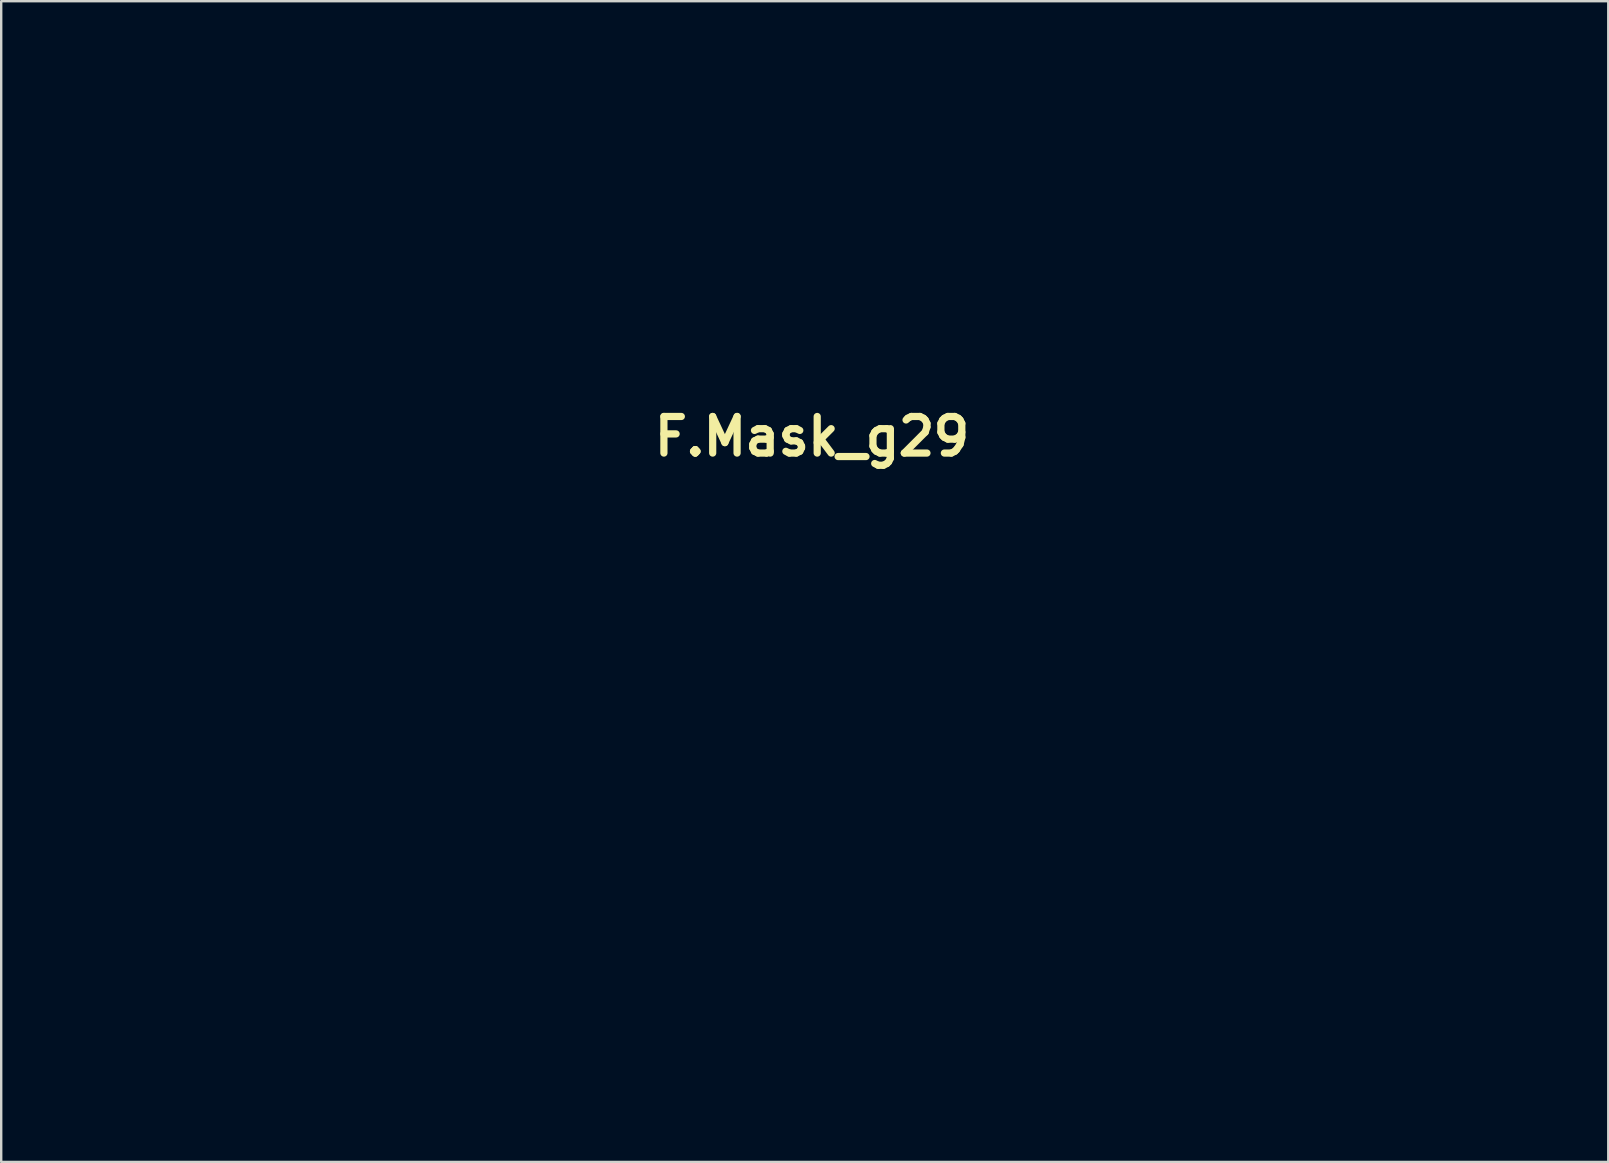
<source format=kicad_pcb>
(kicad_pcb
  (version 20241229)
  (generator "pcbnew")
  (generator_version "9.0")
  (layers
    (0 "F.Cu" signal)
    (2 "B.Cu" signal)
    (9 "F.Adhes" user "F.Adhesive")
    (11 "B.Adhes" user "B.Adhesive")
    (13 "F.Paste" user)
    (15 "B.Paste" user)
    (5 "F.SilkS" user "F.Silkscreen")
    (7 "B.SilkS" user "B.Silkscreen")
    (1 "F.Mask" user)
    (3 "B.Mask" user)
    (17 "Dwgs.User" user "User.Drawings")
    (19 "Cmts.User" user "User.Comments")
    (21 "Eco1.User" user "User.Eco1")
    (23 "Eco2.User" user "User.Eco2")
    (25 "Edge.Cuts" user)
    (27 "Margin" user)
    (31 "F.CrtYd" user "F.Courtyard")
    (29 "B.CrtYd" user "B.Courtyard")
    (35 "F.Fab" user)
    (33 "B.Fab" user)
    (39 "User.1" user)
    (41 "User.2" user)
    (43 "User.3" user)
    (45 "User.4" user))
  (footprint "F.Mask_g29"
    (layer "F.Cu")
    (at 30.777 15.135)
    (property "Reference" "F.Mask_g29" (at 0 0 0) (layer "F.SilkS") (effects (font (size 1.524 1.524) (thickness 0.3))))
    (attr through_hole)
    (fp_poly (pts (xy -4.466 -3.619) (xy -8.551 -3.619) (xy -8.551 -1.82) (xy -4.466 -1.82) (xy -4.466 -1.355) (xy -8.551 -1.355) (xy -8.551 -1.143) (xy -9.229 -1.143) (xy -9.229 -4.085) (xy -4.466 -4.085) (xy -4.466 -3.619)) (stroke (width 0.01) (type solid)) (fill yes) (layer "F.Mask"))
    (fp_poly (pts (xy -17.843 -4.276) (xy -19.791 -4.276) (xy -20.131 -4.276) (xy -20.431 -4.276) (xy -20.694 -4.277) (xy -20.92 -4.277) (xy -21.114 -4.278) (xy -21.277 -4.28) (xy -21.412 -4.282) (xy -21.52 -4.284) (xy -21.604 -4.287) (xy -21.667 -4.29) (xy -21.711 -4.293) (xy -21.737 -4.298) (xy -21.749 -4.302) (xy -21.75 -4.304) (xy -21.754 -4.336) (xy -21.756 -4.4) (xy -21.756 -4.484) (xy -21.755 -4.531) (xy -21.749 -4.731) (xy -17.843 -4.742) (xy -17.843 -4.276)) (stroke (width 0.01) (type solid)) (fill yes) (layer "F.Mask"))
    (fp_poly (pts (xy -9.456 -5.274) (xy -9.378 -5.231) (xy -9.317 -5.196) (xy -9.28 -5.172) (xy -9.272 -5.165) (xy -9.289 -5.149) (xy -9.333 -5.115) (xy -9.398 -5.068) (xy -9.456 -5.027) (xy -9.538 -4.967) (xy -9.642 -4.888) (xy -9.755 -4.799) (xy -9.867 -4.708) (xy -9.907 -4.675) (xy -10.176 -4.449) (xy -10.353 -4.544) (xy -10.431 -4.586) (xy -10.493 -4.621) (xy -10.532 -4.643) (xy -10.54 -4.649) (xy -10.53 -4.667) (xy -10.491 -4.706) (xy -10.429 -4.762) (xy -10.349 -4.831) (xy -10.256 -4.909) (xy -10.155 -4.992) (xy -10.051 -5.074) (xy -9.95 -5.153) (xy -9.857 -5.222) (xy -9.777 -5.28) (xy -9.768 -5.286) (xy -9.641 -5.372) (xy -9.456 -5.274)) (stroke (width 0.01) (type solid)) (fill yes) (layer "F.Mask"))
    (fp_poly (pts (xy -8.656 -5.084) (xy -8.463 -4.98) (xy -8.534 -4.93) (xy -8.58 -4.894) (xy -8.65 -4.839) (xy -8.737 -4.768) (xy -8.834 -4.687) (xy -8.935 -4.602) (xy -9.034 -4.518) (xy -9.123 -4.441) (xy -9.198 -4.377) (xy -9.25 -4.329) (xy -9.269 -4.31) (xy -9.313 -4.273) (xy -9.351 -4.256) (xy -9.354 -4.256) (xy -9.388 -4.267) (xy -9.446 -4.293) (xy -9.519 -4.331) (xy -9.536 -4.34) (xy -9.608 -4.38) (xy -9.666 -4.412) (xy -9.701 -4.429) (xy -9.705 -4.431) (xy -9.708 -4.45) (xy -9.686 -4.485) (xy -9.684 -4.487) (xy -9.634 -4.539) (xy -9.558 -4.61) (xy -9.465 -4.694) (xy -9.36 -4.785) (xy -9.251 -4.876) (xy -9.147 -4.962) (xy -9.053 -5.034) (xy -9.047 -5.039) (xy -8.849 -5.188) (xy -8.656 -5.084)) (stroke (width 0.01) (type solid)) (fill yes) (layer "F.Mask"))
    (fp_poly (pts (xy -16.785 -3.027) (xy -19.734 -3.027) (xy -19.721 -2.746) (xy -19.693 -2.459) (xy -19.634 -2.198) (xy -19.543 -1.959) (xy -19.416 -1.737) (xy -19.253 -1.527) (xy -19.163 -1.431) (xy -19.058 -1.333) (xy -18.932 -1.228) (xy -18.799 -1.128) (xy -18.672 -1.042) (xy -18.605 -1.001) (xy -18.548 -0.967) (xy -18.51 -0.941) (xy -18.5 -0.931) (xy -18.518 -0.917) (xy -18.566 -0.889) (xy -18.636 -0.85) (xy -18.72 -0.806) (xy -18.81 -0.759) (xy -18.899 -0.715) (xy -18.977 -0.677) (xy -19.037 -0.649) (xy -19.071 -0.636) (xy -19.075 -0.636) (xy -19.103 -0.648) (xy -19.157 -0.679) (xy -19.227 -0.725) (xy -19.272 -0.756) (xy -19.46 -0.902) (xy -19.642 -1.07) (xy -19.813 -1.252) (xy -19.966 -1.44) (xy -20.094 -1.627) (xy -20.192 -1.806) (xy -20.202 -1.828) (xy -20.299 -2.097) (xy -20.366 -2.386) (xy -20.4 -2.686) (xy -20.405 -2.831) (xy -20.405 -3.027) (xy -22.818 -3.027) (xy -22.818 -3.471) (xy -16.785 -3.471) (xy -16.785 -3.027)) (stroke (width 0.01) (type solid)) (fill yes) (layer "F.Mask"))
    (fp_poly (pts (xy -2.402 -5.029) (xy -2.22 -5) (xy -2.061 -4.946) (xy -1.928 -4.87) (xy -1.823 -4.774) (xy -1.751 -4.66) (xy -1.714 -4.53) (xy -1.71 -4.466) (xy -1.73 -4.328) (xy -1.788 -4.205) (xy -1.883 -4.099) (xy -2.014 -4.011) (xy -2.177 -3.943) (xy -2.237 -3.926) (xy -2.352 -3.906) (xy -2.491 -3.898) (xy -2.633 -3.901) (xy -2.762 -3.915) (xy -2.805 -3.924) (xy -2.978 -3.981) (xy -3.12 -4.06) (xy -3.229 -4.159) (xy -3.303 -4.275) (xy -3.34 -4.405) (xy -3.344 -4.466) (xy -3.344 -4.468) (xy -3.048 -4.468) (xy -3.031 -4.356) (xy -2.978 -4.263) (xy -2.889 -4.188) (xy -2.778 -4.135) (xy -2.703 -4.119) (xy -2.603 -4.111) (xy -2.491 -4.112) (xy -2.38 -4.12) (xy -2.285 -4.136) (xy -2.223 -4.158) (xy -2.114 -4.231) (xy -2.04 -4.319) (xy -2.002 -4.416) (xy -2.001 -4.515) (xy -2.038 -4.613) (xy -2.114 -4.702) (xy -2.117 -4.705) (xy -2.208 -4.767) (xy -2.312 -4.807) (xy -2.439 -4.827) (xy -2.547 -4.83) (xy -2.699 -4.816) (xy -2.829 -4.775) (xy -2.932 -4.712) (xy -3.005 -4.627) (xy -3.043 -4.526) (xy -3.048 -4.468) (xy -3.344 -4.468) (xy -3.325 -4.603) (xy -3.267 -4.725) (xy -3.176 -4.83) (xy -3.053 -4.916) (xy -2.902 -4.98) (xy -2.725 -5.02) (xy -2.603 -5.032) (xy -2.402 -5.029)) (stroke (width 0.01) (type solid)) (fill yes) (layer "F.Mask"))
    (fp_poly (pts (xy 15.767 4.293) (xy 15.942 4.655) (xy 16.114 5.047) (xy 16.28 5.459) (xy 16.434 5.878) (xy 16.573 6.294) (xy 16.691 6.695) (xy 16.698 6.72) (xy 16.832 7.266) (xy 16.932 7.791) (xy 16.997 8.295) (xy 17.028 8.779) (xy 17.025 9.24) (xy 16.988 9.68) (xy 16.917 10.096) (xy 16.812 10.49) (xy 16.673 10.859) (xy 16.5 11.204) (xy 16.374 11.407) (xy 16.154 11.7) (xy 15.899 11.971) (xy 15.615 12.219) (xy 15.303 12.44) (xy 14.967 12.632) (xy 14.612 12.794) (xy 14.241 12.924) (xy 13.856 13.018) (xy 13.801 13.028) (xy 13.669 13.046) (xy 13.505 13.06) (xy 13.322 13.069) (xy 13.13 13.073) (xy 12.941 13.072) (xy 12.764 13.066) (xy 12.612 13.055) (xy 12.552 13.048) (xy 12.112 12.967) (xy 11.671 12.848) (xy 11.227 12.691) (xy 10.78 12.496) (xy 10.329 12.261) (xy 9.872 11.986) (xy 9.41 11.672) (xy 8.941 11.317) (xy 8.464 10.921) (xy 8.412 10.876) (xy 8.297 10.773) (xy 8.171 10.656) (xy 8.036 10.527) (xy 7.896 10.391) (xy 7.754 10.249) (xy 7.613 10.106) (xy 7.477 9.965) (xy 7.348 9.829) (xy 7.229 9.702) (xy 7.124 9.587) (xy 7.036 9.486) (xy 6.969 9.404) (xy 6.924 9.344) (xy 6.907 9.309) (xy 6.907 9.305) (xy 6.925 9.292) (xy 6.979 9.26) (xy 7.066 9.207) (xy 7.185 9.136) (xy 7.334 9.048) (xy 7.512 8.943) (xy 7.716 8.822) (xy 7.947 8.686) (xy 8.201 8.537) (xy 8.477 8.374) (xy 8.775 8.199) (xy 9.091 8.014) (xy 9.425 7.818) (xy 9.775 7.613) (xy 10.139 7.399) (xy 10.517 7.179) (xy 10.905 6.951) (xy 11.303 6.719) (xy 11.304 6.718) (xy 15.695 4.152) (xy 15.767 4.293)) (stroke (width 0.01) (type solid)) (fill yes) (layer "F.Mask"))
    (fp_poly (pts (xy 22.382 -10.7) (xy 22.786 -10.001) (xy 23.19 -9.303) (xy 20.559 -9.292) (xy 17.929 -9.282) (xy 18.49 -8.308) (xy 18.598 -8.121) (xy 18.701 -7.944) (xy 18.795 -7.78) (xy 18.88 -7.634) (xy 18.953 -7.509) (xy 19.012 -7.408) (xy 19.055 -7.335) (xy 19.079 -7.293) (xy 19.084 -7.286) (xy 19.115 -7.238) (xy 22.348 -7.244) (xy 25.582 -7.25) (xy 25.996 -6.53) (xy 26.411 -5.81) (xy 25.165 -5.805) (xy 24.939 -5.804) (xy 24.727 -5.802) (xy 24.532 -5.8) (xy 24.357 -5.798) (xy 24.206 -5.796) (xy 24.083 -5.794) (xy 23.992 -5.792) (xy 23.936 -5.79) (xy 23.918 -5.788) (xy 23.929 -5.768) (xy 23.959 -5.715) (xy 24.008 -5.628) (xy 24.075 -5.512) (xy 24.158 -5.367) (xy 24.256 -5.196) (xy 24.367 -5.001) (xy 24.492 -4.785) (xy 24.628 -4.548) (xy 24.774 -4.295) (xy 24.929 -4.025) (xy 25.092 -3.743) (xy 25.261 -3.449) (xy 25.35 -3.296) (xy 25.522 -2.997) (xy 25.689 -2.708) (xy 25.848 -2.432) (xy 26 -2.169) (xy 26.142 -1.924) (xy 26.273 -1.697) (xy 26.392 -1.49) (xy 26.498 -1.306) (xy 26.589 -1.148) (xy 26.665 -1.016) (xy 26.724 -0.913) (xy 26.766 -0.842) (xy 26.787 -0.805) (xy 26.79 -0.799) (xy 26.772 -0.796) (xy 26.715 -0.793) (xy 26.624 -0.79) (xy 26.503 -0.788) (xy 26.357 -0.786) (xy 26.189 -0.784) (xy 26.003 -0.783) (xy 25.828 -0.783) (xy 24.856 -0.783) (xy 23.408 -3.291) (xy 21.96 -5.799) (xy 20.005 -5.805) (xy 18.05 -5.81) (xy 16.919 -7.768) (xy 16.759 -8.045) (xy 16.6 -8.32) (xy 16.445 -8.589) (xy 16.294 -8.85) (xy 16.15 -9.099) (xy 16.015 -9.333) (xy 15.891 -9.549) (xy 15.779 -9.743) (xy 15.681 -9.912) (xy 15.599 -10.054) (xy 15.536 -10.164) (xy 15.504 -10.218) (xy 15.221 -10.71) (xy 22.382 -10.7)) (stroke (width 0.01) (type solid)) (fill yes) (layer "F.Mask"))
    (fp_poly (pts (xy -23.891 -10.611) (xy -23.528 -10.609) (xy -23.175 -10.608) (xy -22.836 -10.606) (xy -22.513 -10.605) (xy -22.207 -10.603) (xy -21.922 -10.601) (xy -21.66 -10.599) (xy -21.423 -10.597) (xy -21.214 -10.595) (xy -21.035 -10.593) (xy -20.888 -10.592) (xy -20.776 -10.59) (xy -20.701 -10.588) (xy -20.666 -10.586) (xy -20.664 -10.586) (xy -20.653 -10.583) (xy -20.64 -10.576) (xy -20.625 -10.564) (xy -20.607 -10.543) (xy -20.584 -10.514) (xy -20.555 -10.472) (xy -20.519 -10.416) (xy -20.474 -10.345) (xy -20.42 -10.255) (xy -20.354 -10.146) (xy -20.277 -10.014) (xy -20.186 -9.859) (xy -20.08 -9.677) (xy -19.958 -9.466) (xy -19.818 -9.226) (xy -19.66 -8.953) (xy -19.483 -8.645) (xy -19.471 -8.625) (xy -19.312 -8.35) (xy -19.155 -8.077) (xy -19 -7.809) (xy -18.851 -7.55) (xy -18.708 -7.304) (xy -18.575 -7.072) (xy -18.452 -6.86) (xy -18.342 -6.669) (xy -18.246 -6.503) (xy -18.166 -6.365) (xy -18.105 -6.258) (xy -18.075 -6.207) (xy -17.803 -5.736) (xy -24.338 -5.736) (xy -24.689 -6.345) (xy -25.041 -6.953) (xy -22.567 -6.964) (xy -20.093 -6.974) (xy -20.328 -7.382) (xy -20.563 -7.789) (xy -22.994 -7.794) (xy -25.425 -7.8) (xy -26.208 -9.155) (xy -26.336 -9.376) (xy -26.458 -9.587) (xy -26.52 -9.694) (xy -25.044 -9.694) (xy -25.004 -9.626) (xy -24.982 -9.587) (xy -24.942 -9.519) (xy -24.889 -9.426) (xy -24.825 -9.316) (xy -24.755 -9.194) (xy -24.722 -9.136) (xy -24.479 -8.715) (xy -23.918 -8.729) (xy -23.778 -8.732) (xy -23.603 -8.735) (xy -23.401 -8.739) (xy -23.178 -8.742) (xy -22.943 -8.746) (xy -22.703 -8.75) (xy -22.465 -8.753) (xy -22.304 -8.755) (xy -22.098 -8.758) (xy -21.905 -8.762) (xy -21.729 -8.765) (xy -21.574 -8.769) (xy -21.446 -8.773) (xy -21.346 -8.777) (xy -21.28 -8.781) (xy -21.252 -8.785) (xy -21.251 -8.785) (xy -21.261 -8.807) (xy -21.29 -8.861) (xy -21.334 -8.941) (xy -21.39 -9.041) (xy -21.457 -9.158) (xy -21.508 -9.248) (xy -21.765 -9.694) (xy -25.044 -9.694) (xy -26.52 -9.694) (xy -26.572 -9.785) (xy -26.678 -9.968) (xy -26.772 -10.132) (xy -26.854 -10.274) (xy -26.922 -10.392) (xy -26.973 -10.482) (xy -27.007 -10.541) (xy -27.02 -10.566) (xy -27.05 -10.622) (xy -23.891 -10.611)) (stroke (width 0.01) (type solid)) (fill yes) (layer "F.Mask"))
    (fp_poly (pts (xy -0.023 -4.166) (xy 0.098 -4.145) (xy 0.144 -4.131) (xy 0.173 -4.115) (xy 0.233 -4.078) (xy 0.321 -4.022) (xy 0.433 -3.949) (xy 0.565 -3.863) (xy 0.713 -3.765) (xy 0.875 -3.658) (xy 1.045 -3.545) (xy 1.221 -3.428) (xy 1.398 -3.31) (xy 1.574 -3.192) (xy 1.744 -3.078) (xy 1.904 -2.97) (xy 2.052 -2.87) (xy 2.182 -2.781) (xy 2.292 -2.705) (xy 2.378 -2.645) (xy 2.435 -2.604) (xy 2.46 -2.585) (xy 2.449 -2.569) (xy 2.411 -2.532) (xy 2.352 -2.48) (xy 2.279 -2.418) (xy 2.199 -2.351) (xy 2.117 -2.285) (xy 2.041 -2.225) (xy 1.976 -2.176) (xy 1.929 -2.143) (xy 1.908 -2.133) (xy 1.907 -2.133) (xy 1.883 -2.149) (xy 1.829 -2.189) (xy 1.751 -2.248) (xy 1.651 -2.324) (xy 1.534 -2.415) (xy 1.404 -2.515) (xy 1.265 -2.624) (xy 1.121 -2.737) (xy 0.977 -2.851) (xy 0.835 -2.963) (xy 0.7 -3.07) (xy 0.699 -3.071) (xy 0.533 -3.204) (xy 0.395 -3.311) (xy 0.283 -3.397) (xy 0.192 -3.462) (xy 0.119 -3.51) (xy 0.06 -3.543) (xy 0.011 -3.564) (xy -0.031 -3.574) (xy -0.068 -3.577) (xy -0.087 -3.577) (xy -0.105 -3.576) (xy -0.125 -3.573) (xy -0.147 -3.567) (xy -0.175 -3.556) (xy -0.21 -3.541) (xy -0.254 -3.518) (xy -0.308 -3.488) (xy -0.376 -3.448) (xy -0.458 -3.399) (xy -0.557 -3.338) (xy -0.675 -3.264) (xy -0.813 -3.177) (xy -0.974 -3.075) (xy -1.159 -2.957) (xy -1.37 -2.821) (xy -1.61 -2.667) (xy -1.881 -2.494) (xy -2.183 -2.299) (xy -2.439 -2.134) (xy -2.613 -2.023) (xy -2.776 -1.919) (xy -2.924 -1.824) (xy -3.054 -1.741) (xy -3.163 -1.671) (xy -3.247 -1.618) (xy -3.303 -1.583) (xy -3.328 -1.568) (xy -3.328 -1.568) (xy -3.347 -1.58) (xy -3.395 -1.61) (xy -3.467 -1.656) (xy -3.557 -1.714) (xy -3.634 -1.764) (xy -3.734 -1.829) (xy -3.822 -1.886) (xy -3.891 -1.932) (xy -3.935 -1.962) (xy -3.948 -1.972) (xy -3.935 -1.987) (xy -3.892 -2.019) (xy -3.823 -2.065) (xy -3.735 -2.12) (xy -3.669 -2.161) (xy -3.388 -2.329) (xy -3.081 -2.515) (xy -2.756 -2.711) (xy -2.422 -2.914) (xy -2.09 -3.116) (xy -1.768 -3.313) (xy -1.464 -3.498) (xy -1.238 -3.637) (xy -1.074 -3.738) (xy -0.918 -3.832) (xy -0.774 -3.918) (xy -0.646 -3.994) (xy -0.539 -4.055) (xy -0.458 -4.101) (xy -0.407 -4.127) (xy -0.397 -4.131) (xy -0.288 -4.159) (xy -0.158 -4.17) (xy -0.023 -4.166)) (stroke (width 0.01) (type solid)) (fill yes) (layer "F.Mask"))
    (fp_poly (pts (xy -14.35 4.442) (xy -14.295 4.459) (xy -14.214 4.489) (xy -14.114 4.53) (xy -14.021 4.569) (xy -13.943 4.603) (xy -13.866 4.636) (xy -13.787 4.671) (xy -13.701 4.708) (xy -13.606 4.749) (xy -13.497 4.797) (xy -13.372 4.852) (xy -13.225 4.915) (xy -13.054 4.99) (xy -12.856 5.076) (xy -12.625 5.177) (xy -12.361 5.292) (xy -12.281 5.327) (xy -12.166 5.377) (xy -12.017 5.442) (xy -11.839 5.519) (xy -11.635 5.608) (xy -11.408 5.707) (xy -11.16 5.815) (xy -10.895 5.93) (xy -10.617 6.051) (xy -10.327 6.177) (xy -10.03 6.307) (xy -9.728 6.438) (xy -9.425 6.57) (xy -9.123 6.701) (xy -8.826 6.831) (xy -8.537 6.956) (xy -8.259 7.078) (xy -7.995 7.193) (xy -7.748 7.3) (xy -7.521 7.399) (xy -7.317 7.487) (xy -7.14 7.564) (xy -6.993 7.628) (xy -6.878 7.678) (xy -6.869 7.682) (xy -6.751 7.734) (xy -6.601 7.799) (xy -6.428 7.874) (xy -6.239 7.956) (xy -6.04 8.042) (xy -5.84 8.129) (xy -5.647 8.214) (xy -5.646 8.214) (xy -5.474 8.289) (xy -5.315 8.36) (xy -5.172 8.424) (xy -5.05 8.481) (xy -4.954 8.527) (xy -4.886 8.561) (xy -4.851 8.581) (xy -4.847 8.584) (xy -4.859 8.61) (xy -4.892 8.665) (xy -4.943 8.743) (xy -5.008 8.84) (xy -5.083 8.949) (xy -5.165 9.065) (xy -5.25 9.184) (xy -5.334 9.3) (xy -5.407 9.398) (xy -5.807 9.907) (xy -6.214 10.382) (xy -6.627 10.823) (xy -7.046 11.23) (xy -7.469 11.6) (xy -7.894 11.934) (xy -8.321 12.23) (xy -8.749 12.487) (xy -9.177 12.706) (xy -9.603 12.884) (xy -10.026 13.021) (xy -10.128 13.047) (xy -10.374 13.1) (xy -10.639 13.14) (xy -10.91 13.167) (xy -11.174 13.179) (xy -11.42 13.176) (xy -11.557 13.165) (xy -11.974 13.101) (xy -12.381 12.994) (xy -12.779 12.847) (xy -13.028 12.732) (xy -13.289 12.591) (xy -13.52 12.445) (xy -13.733 12.284) (xy -13.911 12.128) (xy -14.176 11.855) (xy -14.409 11.552) (xy -14.613 11.22) (xy -14.786 10.861) (xy -14.928 10.475) (xy -15.04 10.061) (xy -15.121 9.621) (xy -15.171 9.156) (xy -15.191 8.666) (xy -15.179 8.151) (xy -15.136 7.612) (xy -15.062 7.05) (xy -14.956 6.465) (xy -14.899 6.198) (xy -14.865 6.05) (xy -14.824 5.887) (xy -14.778 5.712) (xy -14.728 5.53) (xy -14.676 5.347) (xy -14.624 5.168) (xy -14.572 4.997) (xy -14.523 4.84) (xy -14.478 4.702) (xy -14.438 4.587) (xy -14.405 4.501) (xy -14.381 4.45) (xy -14.374 4.439) (xy -14.35 4.442)) (stroke (width 0.01) (type solid)) (fill yes) (layer "F.Mask"))
    (fp_poly (pts (xy 9.363 -10.695) (xy 9.656 -10.695) (xy 9.986 -10.694) (xy 10.291 -10.693) (xy 10.623 -10.692) (xy 10.958 -10.691) (xy 11.293 -10.689) (xy 11.624 -10.688) (xy 11.945 -10.686) (xy 12.253 -10.684) (xy 12.542 -10.682) (xy 12.81 -10.68) (xy 13.051 -10.677) (xy 13.26 -10.675) (xy 13.434 -10.673) (xy 13.511 -10.672) (xy 14.438 -10.657) (xy 15.826 -8.255) (xy 15.996 -7.961) (xy 16.16 -7.677) (xy 16.317 -7.405) (xy 16.465 -7.147) (xy 16.604 -6.906) (xy 16.733 -6.683) (xy 16.849 -6.481) (xy 16.952 -6.302) (xy 17.04 -6.148) (xy 17.112 -6.022) (xy 17.168 -5.925) (xy 17.205 -5.86) (xy 17.223 -5.829) (xy 17.224 -5.826) (xy 17.218 -5.822) (xy 17.195 -5.819) (xy 17.155 -5.816) (xy 17.096 -5.813) (xy 17.015 -5.811) (xy 16.911 -5.809) (xy 16.782 -5.807) (xy 16.628 -5.805) (xy 16.445 -5.804) (xy 16.233 -5.803) (xy 15.989 -5.802) (xy 15.712 -5.801) (xy 15.401 -5.801) (xy 15.054 -5.8) (xy 14.668 -5.8) (xy 14.243 -5.8) (xy 13.973 -5.8) (xy 10.711 -5.8) (xy 10.682 -5.847) (xy 10.647 -5.905) (xy 10.598 -5.987) (xy 10.538 -6.09) (xy 10.471 -6.206) (xy 10.399 -6.332) (xy 10.325 -6.462) (xy 10.252 -6.59) (xy 10.184 -6.711) (xy 10.123 -6.82) (xy 10.073 -6.911) (xy 10.036 -6.979) (xy 10.015 -7.019) (xy 10.012 -7.026) (xy 10.03 -7.03) (xy 10.086 -7.034) (xy 10.18 -7.037) (xy 10.312 -7.04) (xy 10.483 -7.043) (xy 10.693 -7.045) (xy 10.943 -7.047) (xy 11.234 -7.049) (xy 11.565 -7.051) (xy 11.937 -7.052) (xy 12.351 -7.053) (xy 12.476 -7.054) (xy 14.941 -7.059) (xy 14.715 -7.455) (xy 14.489 -7.851) (xy 12.055 -7.857) (xy 9.621 -7.863) (xy 8.82 -9.25) (xy 8.691 -9.473) (xy 8.568 -9.685) (xy 8.514 -9.779) (xy 9.99 -9.779) (xy 10.048 -9.678) (xy 10.077 -9.628) (xy 10.122 -9.55) (xy 10.18 -9.449) (xy 10.247 -9.334) (xy 10.317 -9.211) (xy 10.329 -9.19) (xy 10.552 -8.803) (xy 11.695 -8.818) (xy 11.93 -8.821) (xy 12.169 -8.824) (xy 12.404 -8.828) (xy 12.629 -8.831) (xy 12.838 -8.835) (xy 13.025 -8.839) (xy 13.183 -8.842) (xy 13.306 -8.845) (xy 13.319 -8.845) (xy 13.8 -8.858) (xy 13.538 -9.313) (xy 13.275 -9.768) (xy 11.632 -9.774) (xy 9.99 -9.779) (xy 8.514 -9.779) (xy 8.454 -9.884) (xy 8.348 -10.068) (xy 8.254 -10.232) (xy 8.173 -10.374) (xy 8.106 -10.492) (xy 8.055 -10.582) (xy 8.022 -10.641) (xy 8.008 -10.667) (xy 8.008 -10.668) (xy 8.01 -10.673) (xy 8.021 -10.677) (xy 8.043 -10.681) (xy 8.078 -10.685) (xy 8.128 -10.688) (xy 8.197 -10.69) (xy 8.285 -10.692) (xy 8.396 -10.693) (xy 8.531 -10.695) (xy 8.693 -10.695) (xy 8.884 -10.696) (xy 9.107 -10.696) (xy 9.363 -10.695)) (stroke (width 0.01) (type solid)) (fill yes) (layer "F.Mask"))
    (fp_poly (pts (xy -6.247 20.47) (xy -6.21 20.517) (xy -6.154 20.589) (xy -6.086 20.679) (xy -6.007 20.785) (xy -5.967 20.839) (xy -5.781 21.089) (xy -5.589 21.344) (xy -5.395 21.6) (xy -5.203 21.851) (xy -5.015 22.094) (xy -4.836 22.324) (xy -4.668 22.535) (xy -4.516 22.725) (xy -4.382 22.888) (xy -4.299 22.987) (xy -4.146 23.167) (xy -4.227 23.238) (xy -4.34 23.332) (xy -4.469 23.43) (xy -4.606 23.528) (xy -4.742 23.619) (xy -4.87 23.698) (xy -4.983 23.761) (xy -5.072 23.803) (xy -5.083 23.807) (xy -5.138 23.83) (xy -5.17 23.85) (xy -5.174 23.858) (xy -5.177 23.881) (xy -5.191 23.94) (xy -5.214 24.027) (xy -5.245 24.139) (xy -5.282 24.268) (xy -5.315 24.383) (xy -5.356 24.523) (xy -5.391 24.65) (xy -5.42 24.757) (xy -5.441 24.839) (xy -5.452 24.891) (xy -5.453 24.907) (xy -5.427 24.915) (xy -5.369 24.922) (xy -5.291 24.928) (xy -5.263 24.93) (xy -5.115 24.929) (xy -4.963 24.908) (xy -4.805 24.866) (xy -4.637 24.803) (xy -4.458 24.715) (xy -4.263 24.603) (xy -4.051 24.464) (xy -3.819 24.297) (xy -3.563 24.101) (xy -3.36 23.938) (xy -3.337 23.916) (xy -3.334 23.894) (xy -3.356 23.861) (xy -3.38 23.833) (xy -3.44 23.761) (xy -3.365 23.805) (xy -3.168 23.919) (xy -2.934 24.044) (xy -2.67 24.179) (xy -2.381 24.321) (xy -2.07 24.468) (xy -1.742 24.617) (xy -1.403 24.767) (xy -1.057 24.915) (xy -0.709 25.06) (xy -0.455 25.162) (xy -0.35 25.204) (xy -0.26 25.241) (xy -0.19 25.271) (xy -0.149 25.29) (xy -0.142 25.294) (xy -0.15 25.312) (xy -0.192 25.348) (xy -0.262 25.4) (xy -0.358 25.464) (xy -0.474 25.539) (xy -0.607 25.623) (xy -0.753 25.711) (xy -0.908 25.803) (xy -1.067 25.896) (xy -1.227 25.986) (xy -1.384 26.072) (xy -1.533 26.152) (xy -1.545 26.158) (xy -2.082 26.421) (xy -2.607 26.648) (xy -3.119 26.838) (xy -3.617 26.99) (xy -4.1 27.105) (xy -4.566 27.182) (xy -4.717 27.199) (xy -4.884 27.211) (xy -5.073 27.217) (xy -5.269 27.217) (xy -5.459 27.211) (xy -5.631 27.2) (xy -5.736 27.188) (xy -6.118 27.116) (xy -6.476 27.009) (xy -6.812 26.866) (xy -7.125 26.688) (xy -7.415 26.473) (xy -7.618 26.289) (xy -7.848 26.036) (xy -8.037 25.771) (xy -8.187 25.493) (xy -8.298 25.199) (xy -8.372 24.888) (xy -8.374 24.871) (xy -8.392 24.709) (xy -8.399 24.521) (xy -8.395 24.319) (xy -8.381 24.118) (xy -8.357 23.932) (xy -8.341 23.848) (xy -8.241 23.463) (xy -8.099 23.069) (xy -7.917 22.668) (xy -7.694 22.259) (xy -7.432 21.845) (xy -7.139 21.436) (xy -7.054 21.326) (xy -6.958 21.207) (xy -6.856 21.084) (xy -6.751 20.961) (xy -6.648 20.842) (xy -6.549 20.731) (xy -6.46 20.633) (xy -6.382 20.552) (xy -6.321 20.493) (xy -6.28 20.458) (xy -6.264 20.452) (xy -6.247 20.47)) (stroke (width 0.01) (type solid)) (fill yes) (layer "F.Mask"))
    (fp_poly (pts (xy -12.531 -10.51) (xy -12.314 -10.51) (xy -12.075 -10.509) (xy -11.815 -10.509) (xy -11.54 -10.507) (xy -11.25 -10.506) (xy -10.949 -10.505) (xy -10.641 -10.503) (xy -10.327 -10.501) (xy -10.01 -10.499) (xy -9.694 -10.497) (xy -9.381 -10.495) (xy -9.074 -10.492) (xy -8.777 -10.49) (xy -8.49 -10.488) (xy -8.219 -10.485) (xy -7.965 -10.483) (xy -7.731 -10.48) (xy -7.521 -10.478) (xy -7.336 -10.476) (xy -7.18 -10.473) (xy -7.056 -10.471) (xy -6.966 -10.469) (xy -6.914 -10.467) (xy -6.901 -10.466) (xy -6.887 -10.444) (xy -6.853 -10.388) (xy -6.803 -10.304) (xy -6.739 -10.194) (xy -6.661 -10.062) (xy -6.574 -9.912) (xy -6.478 -9.747) (xy -6.376 -9.57) (xy -6.269 -9.386) (xy -6.161 -9.198) (xy -6.053 -9.01) (xy -5.946 -8.825) (xy -5.844 -8.647) (xy -5.748 -8.479) (xy -5.66 -8.325) (xy -5.583 -8.19) (xy -5.518 -8.075) (xy -5.468 -7.985) (xy -5.434 -7.924) (xy -5.419 -7.895) (xy -5.419 -7.893) (xy -5.44 -7.891) (xy -5.501 -7.888) (xy -5.6 -7.885) (xy -5.736 -7.882) (xy -5.907 -7.88) (xy -6.11 -7.878) (xy -6.344 -7.876) (xy -6.606 -7.874) (xy -6.894 -7.872) (xy -7.208 -7.871) (xy -7.544 -7.869) (xy -7.766 -7.869) (xy -10.113 -7.863) (xy -9.843 -7.398) (xy -9.572 -6.932) (xy -7.321 -6.926) (xy -5.069 -6.921) (xy -4.752 -6.37) (xy -4.672 -6.231) (xy -4.599 -6.103) (xy -4.535 -5.992) (xy -4.484 -5.902) (xy -4.448 -5.837) (xy -4.429 -5.803) (xy -4.427 -5.799) (xy -4.447 -5.796) (xy -4.509 -5.793) (xy -4.611 -5.791) (xy -4.752 -5.788) (xy -4.932 -5.786) (xy -5.15 -5.784) (xy -5.404 -5.783) (xy -5.694 -5.782) (xy -6.019 -5.78) (xy -6.378 -5.78) (xy -6.77 -5.779) (xy -7.194 -5.779) (xy -7.544 -5.779) (xy -10.667 -5.779) (xy -10.698 -5.826) (xy -10.715 -5.856) (xy -10.752 -5.918) (xy -10.805 -6.009) (xy -10.873 -6.126) (xy -10.954 -6.266) (xy -11.045 -6.424) (xy -11.146 -6.598) (xy -11.253 -6.784) (xy -11.366 -6.979) (xy -11.481 -7.179) (xy -11.598 -7.381) (xy -11.713 -7.582) (xy -11.826 -7.778) (xy -11.934 -7.967) (xy -12.036 -8.143) (xy -12.129 -8.305) (xy -12.211 -8.448) (xy -12.28 -8.57) (xy -12.336 -8.667) (xy -12.374 -8.735) (xy -12.394 -8.771) (xy -12.397 -8.776) (xy -12.393 -8.781) (xy -12.378 -8.785) (xy -12.348 -8.788) (xy -12.302 -8.792) (xy -12.237 -8.794) (xy -12.152 -8.797) (xy -12.044 -8.799) (xy -11.912 -8.801) (xy -11.753 -8.803) (xy -11.566 -8.805) (xy -11.347 -8.806) (xy -11.096 -8.807) (xy -10.81 -8.808) (xy -10.486 -8.809) (xy -10.124 -8.81) (xy -9.911 -8.811) (xy -7.414 -8.816) (xy -7.629 -9.186) (xy -7.843 -9.557) (xy -10.259 -9.562) (xy -12.675 -9.568) (xy -12.944 -10.034) (xy -13.017 -10.161) (xy -13.081 -10.275) (xy -13.135 -10.371) (xy -13.175 -10.445) (xy -13.2 -10.492) (xy -13.205 -10.506) (xy -13.182 -10.508) (xy -13.119 -10.509) (xy -13.02 -10.51) (xy -12.887 -10.51) (xy -12.723 -10.511) (xy -12.531 -10.51)) (stroke (width 0.01) (type solid)) (fill yes) (layer "F.Mask"))
    (fp_poly (pts (xy -14.653 -4.595) (xy -14.575 -4.584) (xy -14.552 -4.58) (xy -14.493 -4.573) (xy -14.393 -4.566) (xy -14.252 -4.557) (xy -14.07 -4.548) (xy -13.847 -4.539) (xy -13.583 -4.529) (xy -13.277 -4.518) (xy -12.929 -4.506) (xy -12.681 -4.499) (xy -12.417 -4.49) (xy -12.165 -4.482) (xy -11.928 -4.475) (xy -11.71 -4.467) (xy -11.514 -4.46) (xy -11.344 -4.454) (xy -11.201 -4.449) (xy -11.09 -4.444) (xy -11.014 -4.441) (xy -10.975 -4.438) (xy -10.971 -4.437) (xy -10.971 -4.414) (xy -10.978 -4.361) (xy -10.99 -4.286) (xy -11.005 -4.201) (xy -11.021 -4.116) (xy -11.037 -4.041) (xy -11.049 -3.987) (xy -11.058 -3.964) (xy -11.08 -3.963) (xy -11.141 -3.964) (xy -11.238 -3.967) (xy -11.367 -3.972) (xy -11.525 -3.978) (xy -11.71 -3.985) (xy -11.916 -3.993) (xy -12.142 -4.003) (xy -12.384 -4.013) (xy -12.639 -4.024) (xy -12.656 -4.025) (xy -12.911 -4.036) (xy -13.154 -4.047) (xy -13.38 -4.056) (xy -13.587 -4.064) (xy -13.772 -4.071) (xy -13.931 -4.076) (xy -14.061 -4.08) (xy -14.159 -4.083) (xy -14.222 -4.083) (xy -14.245 -4.082) (xy -14.245 -4.082) (xy -14.232 -4.055) (xy -14.197 -4.003) (xy -14.145 -3.932) (xy -14.081 -3.85) (xy -14.011 -3.762) (xy -13.939 -3.677) (xy -13.872 -3.599) (xy -13.847 -3.572) (xy -13.615 -3.336) (xy -13.361 -3.105) (xy -13.083 -2.879) (xy -12.779 -2.655) (xy -12.446 -2.431) (xy -12.081 -2.206) (xy -11.681 -1.978) (xy -11.245 -1.745) (xy -10.873 -1.556) (xy -10.263 -1.254) (xy -10.537 -1.082) (xy -10.632 -1.023) (xy -10.714 -0.972) (xy -10.776 -0.934) (xy -10.812 -0.913) (xy -10.819 -0.91) (xy -10.839 -0.919) (xy -10.892 -0.945) (xy -10.972 -0.985) (xy -11.075 -1.036) (xy -11.195 -1.096) (xy -11.303 -1.15) (xy -11.868 -1.447) (xy -12.392 -1.75) (xy -12.879 -2.061) (xy -13.197 -2.283) (xy -13.43 -2.451) (xy -13.589 -2.365) (xy -13.785 -2.256) (xy -14.007 -2.126) (xy -14.248 -1.979) (xy -14.501 -1.822) (xy -14.757 -1.658) (xy -15.01 -1.492) (xy -15.252 -1.329) (xy -15.475 -1.174) (xy -15.554 -1.118) (xy -15.814 -0.93) (xy -16.109 -1.104) (xy -16.207 -1.164) (xy -16.289 -1.216) (xy -16.35 -1.258) (xy -16.384 -1.284) (xy -16.388 -1.293) (xy -16.366 -1.308) (xy -16.316 -1.344) (xy -16.242 -1.395) (xy -16.151 -1.458) (xy -16.066 -1.517) (xy -15.652 -1.795) (xy -15.231 -2.066) (xy -14.812 -2.324) (xy -14.407 -2.562) (xy -14.166 -2.698) (xy -13.906 -2.841) (xy -14.227 -3.162) (xy -14.347 -3.284) (xy -14.479 -3.422) (xy -14.612 -3.564) (xy -14.735 -3.698) (xy -14.819 -3.792) (xy -14.918 -3.903) (xy -14.994 -3.985) (xy -15.052 -4.044) (xy -15.096 -4.082) (xy -15.131 -4.104) (xy -15.162 -4.115) (xy -15.164 -4.115) (xy -15.233 -4.138) (xy -15.27 -4.171) (xy -15.269 -4.21) (xy -15.261 -4.223) (xy -15.237 -4.244) (xy -15.186 -4.283) (xy -15.116 -4.336) (xy -15.034 -4.395) (xy -14.949 -4.456) (xy -14.869 -4.513) (xy -14.8 -4.56) (xy -14.752 -4.592) (xy -14.743 -4.598) (xy -14.713 -4.6) (xy -14.653 -4.595)) (stroke (width 0.01) (type solid)) (fill yes) (layer "F.Mask"))
    (fp_poly (pts (xy -17.41 -13.84) (xy -17.246 -13.839) (xy -17.068 -13.838) (xy -17.034 -13.838) (xy -16.224 -13.832) (xy -15.769 -13.044) (xy -15.314 -12.255) (xy -14.207 -12.255) (xy -13.891 -11.71) (xy -13.576 -11.165) (xy -14.122 -11.16) (xy -14.269 -11.158) (xy -14.401 -11.156) (xy -14.513 -11.153) (xy -14.598 -11.151) (xy -14.652 -11.148) (xy -14.668 -11.146) (xy -14.658 -11.127) (xy -14.628 -11.073) (xy -14.578 -10.987) (xy -14.512 -10.87) (xy -14.428 -10.725) (xy -14.33 -10.553) (xy -14.217 -10.357) (xy -14.091 -10.139) (xy -13.953 -9.9) (xy -13.805 -9.643) (xy -13.647 -9.369) (xy -13.481 -9.081) (xy -13.308 -8.782) (xy -13.129 -8.471) (xy -13.121 -8.457) (xy -12.942 -8.146) (xy -12.769 -7.846) (xy -12.603 -7.557) (xy -12.445 -7.283) (xy -12.298 -7.024) (xy -12.16 -6.784) (xy -12.035 -6.564) (xy -11.923 -6.367) (xy -11.825 -6.193) (xy -11.742 -6.046) (xy -11.676 -5.927) (xy -11.627 -5.839) (xy -11.598 -5.783) (xy -11.588 -5.762) (xy -11.588 -5.762) (xy -11.611 -5.76) (xy -11.673 -5.758) (xy -11.773 -5.756) (xy -11.907 -5.754) (xy -12.074 -5.752) (xy -12.271 -5.75) (xy -12.495 -5.748) (xy -12.744 -5.746) (xy -13.015 -5.745) (xy -13.306 -5.743) (xy -13.614 -5.742) (xy -13.937 -5.74) (xy -14.272 -5.739) (xy -14.351 -5.739) (xy -17.099 -5.732) (xy -17.13 -5.781) (xy -17.152 -5.818) (xy -17.19 -5.883) (xy -17.24 -5.969) (xy -17.3 -6.071) (xy -17.364 -6.184) (xy -17.432 -6.3) (xy -17.498 -6.416) (xy -17.559 -6.524) (xy -17.613 -6.618) (xy -17.656 -6.694) (xy -17.685 -6.745) (xy -17.695 -6.766) (xy -17.695 -6.766) (xy -17.675 -6.767) (xy -17.615 -6.768) (xy -17.518 -6.769) (xy -17.388 -6.77) (xy -17.228 -6.771) (xy -17.039 -6.771) (xy -16.827 -6.772) (xy -16.592 -6.773) (xy -16.339 -6.773) (xy -16.07 -6.773) (xy -15.788 -6.773) (xy -15.737 -6.773) (xy -15.454 -6.773) (xy -15.182 -6.774) (xy -14.926 -6.774) (xy -14.688 -6.775) (xy -14.471 -6.775) (xy -14.278 -6.776) (xy -14.113 -6.777) (xy -13.977 -6.778) (xy -13.875 -6.779) (xy -13.808 -6.78) (xy -13.78 -6.782) (xy -13.78 -6.782) (xy -13.79 -6.801) (xy -13.82 -6.854) (xy -13.869 -6.94) (xy -13.935 -7.055) (xy -14.017 -7.198) (xy -14.114 -7.367) (xy -14.224 -7.558) (xy -14.346 -7.77) (xy -14.479 -8.001) (xy -14.622 -8.248) (xy -14.772 -8.509) (xy -14.93 -8.782) (xy -15.036 -8.967) (xy -16.293 -11.144) (xy -21.879 -11.15) (xy -27.464 -11.155) (xy -27.772 -11.689) (xy -28.08 -12.224) (xy -26.523 -12.23) (xy -26.335 -12.23) (xy -26.107 -12.231) (xy -25.843 -12.232) (xy -25.547 -12.233) (xy -25.222 -12.235) (xy -24.871 -12.236) (xy -24.497 -12.237) (xy -24.104 -12.239) (xy -23.694 -12.24) (xy -23.272 -12.242) (xy -22.839 -12.244) (xy -22.401 -12.245) (xy -21.96 -12.247) (xy -21.518 -12.249) (xy -21.08 -12.25) (xy -20.954 -12.251) (xy -16.941 -12.266) (xy -17.392 -13.048) (xy -17.488 -13.213) (xy -17.576 -13.367) (xy -17.656 -13.506) (xy -17.724 -13.625) (xy -17.779 -13.721) (xy -17.818 -13.791) (xy -17.84 -13.829) (xy -17.843 -13.836) (xy -17.823 -13.838) (xy -17.765 -13.839) (xy -17.674 -13.84) (xy -17.554 -13.84) (xy -17.41 -13.84)) (stroke (width 0.01) (type solid)) (fill yes) (layer "F.Mask"))
    (fp_poly (pts (xy -1.778 -11.531) (xy -1.745 -11.479) (xy -1.696 -11.397) (xy -1.632 -11.289) (xy -1.555 -11.158) (xy -1.467 -11.007) (xy -1.371 -10.841) (xy -1.269 -10.662) (xy -1.241 -10.615) (xy -0.709 -9.684) (xy 0.333 -9.429) (xy 0.536 -9.379) (xy 0.726 -9.332) (xy 0.9 -9.289) (xy 1.053 -9.25) (xy 1.182 -9.217) (xy 1.283 -9.191) (xy 1.351 -9.173) (xy 1.383 -9.164) (xy 1.385 -9.163) (xy 1.374 -9.145) (xy 1.336 -9.1) (xy 1.275 -9.029) (xy 1.194 -8.936) (xy 1.095 -8.824) (xy 0.98 -8.696) (xy 0.853 -8.555) (xy 0.716 -8.404) (xy 0.693 -8.379) (xy 0.553 -8.225) (xy 0.422 -8.081) (xy 0.302 -7.948) (xy 0.195 -7.831) (xy 0.106 -7.732) (xy 0.035 -7.655) (xy -0.012 -7.602) (xy -0.034 -7.577) (xy -0.035 -7.576) (xy -0.04 -7.559) (xy -0.043 -7.523) (xy -0.043 -7.463) (xy -0.04 -7.379) (xy -0.035 -7.266) (xy -0.026 -7.123) (xy -0.014 -6.945) (xy 0.001 -6.732) (xy 0.02 -6.479) (xy 0.021 -6.466) (xy 0.036 -6.257) (xy 0.051 -6.061) (xy 0.064 -5.882) (xy 0.075 -5.725) (xy 0.085 -5.592) (xy 0.092 -5.489) (xy 0.096 -5.418) (xy 0.098 -5.385) (xy 0.098 -5.383) (xy 0.078 -5.39) (xy 0.024 -5.414) (xy -0.062 -5.451) (xy -0.175 -5.502) (xy -0.313 -5.563) (xy -0.47 -5.634) (xy -0.645 -5.712) (xy -0.832 -5.797) (xy -0.888 -5.822) (xy -1.079 -5.908) (xy -1.258 -5.989) (xy -1.422 -6.062) (xy -1.568 -6.127) (xy -1.69 -6.181) (xy -1.786 -6.223) (xy -1.852 -6.252) (xy -1.885 -6.265) (xy -1.887 -6.265) (xy -1.91 -6.258) (xy -1.968 -6.235) (xy -2.057 -6.2) (xy -2.175 -6.153) (xy -2.316 -6.096) (xy -2.478 -6.03) (xy -2.656 -5.958) (xy -2.846 -5.88) (xy -2.892 -5.862) (xy -3.084 -5.783) (xy -3.265 -5.71) (xy -3.43 -5.644) (xy -3.576 -5.587) (xy -3.698 -5.539) (xy -3.793 -5.503) (xy -3.858 -5.479) (xy -3.888 -5.47) (xy -3.89 -5.47) (xy -3.89 -5.492) (xy -3.885 -5.552) (xy -3.877 -5.643) (xy -3.866 -5.762) (xy -3.852 -5.904) (xy -3.837 -6.063) (xy -3.819 -6.235) (xy -3.801 -6.414) (xy -3.782 -6.597) (xy -3.763 -6.777) (xy -3.745 -6.951) (xy -3.727 -7.112) (xy -3.711 -7.257) (xy -3.697 -7.381) (xy -3.685 -7.478) (xy -3.677 -7.543) (xy -3.672 -7.569) (xy -3.676 -7.588) (xy -3.695 -7.621) (xy -3.73 -7.672) (xy -3.783 -7.742) (xy -3.856 -7.833) (xy -3.951 -7.949) (xy -4.069 -8.091) (xy -4.213 -8.261) (xy -4.29 -8.352) (xy -4.455 -8.547) (xy -4.595 -8.713) (xy -4.712 -8.851) (xy -4.808 -8.964) (xy -4.885 -9.055) (xy -4.944 -9.127) (xy -4.989 -9.181) (xy -5.02 -9.22) (xy -5.041 -9.247) (xy -5.052 -9.264) (xy -5.057 -9.274) (xy -5.058 -9.279) (xy -5.057 -9.28) (xy -5.035 -9.286) (xy -4.976 -9.299) (xy -4.883 -9.319) (xy -4.76 -9.345) (xy -4.612 -9.377) (xy -4.442 -9.412) (xy -4.254 -9.451) (xy -4.053 -9.493) (xy -4 -9.504) (xy -3.738 -9.558) (xy -3.516 -9.605) (xy -3.332 -9.645) (xy -3.185 -9.678) (xy -3.072 -9.706) (xy -2.993 -9.727) (xy -2.944 -9.743) (xy -2.926 -9.753) (xy -2.91 -9.778) (xy -2.874 -9.834) (xy -2.82 -9.92) (xy -2.751 -10.031) (xy -2.669 -10.163) (xy -2.576 -10.313) (xy -2.474 -10.478) (xy -2.366 -10.653) (xy -2.355 -10.671) (xy -2.247 -10.846) (xy -2.145 -11.009) (xy -2.052 -11.157) (xy -1.97 -11.286) (xy -1.9 -11.394) (xy -1.846 -11.476) (xy -1.81 -11.529) (xy -1.792 -11.55) (xy -1.792 -11.55) (xy -1.778 -11.531)) (stroke (width 0.01) (type solid)) (fill yes) (layer "F.Mask"))
    (fp_poly (pts (xy 8.241 -8.238) (xy 8.41 -7.946) (xy 8.573 -7.663) (xy 8.728 -7.393) (xy 8.876 -7.137) (xy 9.014 -6.897) (xy 9.141 -6.676) (xy 9.256 -6.476) (xy 9.358 -6.299) (xy 9.445 -6.147) (xy 9.516 -6.023) (xy 9.57 -5.928) (xy 9.605 -5.865) (xy 9.621 -5.836) (xy 9.622 -5.834) (xy 9.622 -5.83) (xy 9.615 -5.825) (xy 9.601 -5.821) (xy 9.577 -5.818) (xy 9.54 -5.815) (xy 9.489 -5.812) (xy 9.423 -5.809) (xy 9.338 -5.807) (xy 9.233 -5.806) (xy 9.105 -5.804) (xy 8.954 -5.803) (xy 8.776 -5.802) (xy 8.57 -5.801) (xy 8.333 -5.801) (xy 8.064 -5.8) (xy 7.761 -5.8) (xy 7.421 -5.8) (xy 7.042 -5.8) (xy 6.668 -5.8) (xy 6.301 -5.8) (xy 5.95 -5.799) (xy 5.616 -5.799) (xy 5.302 -5.798) (xy 5.01 -5.797) (xy 4.741 -5.795) (xy 4.499 -5.794) (xy 4.284 -5.792) (xy 4.1 -5.791) (xy 3.949 -5.789) (xy 3.833 -5.787) (xy 3.753 -5.785) (xy 3.713 -5.782) (xy 3.708 -5.781) (xy 3.719 -5.761) (xy 3.75 -5.706) (xy 3.8 -5.619) (xy 3.866 -5.504) (xy 3.948 -5.361) (xy 4.044 -5.194) (xy 4.153 -5.004) (xy 4.273 -4.795) (xy 4.404 -4.569) (xy 4.542 -4.329) (xy 4.688 -4.076) (xy 4.815 -3.855) (xy 5.916 -1.948) (xy 7.053 -1.948) (xy 8.191 -1.947) (xy 8.088 -2.122) (xy 8.031 -2.219) (xy 7.962 -2.339) (xy 7.882 -2.476) (xy 7.794 -2.628) (xy 7.7 -2.791) (xy 7.603 -2.959) (xy 7.505 -3.13) (xy 7.407 -3.299) (xy 7.314 -3.462) (xy 7.225 -3.616) (xy 7.145 -3.757) (xy 7.075 -3.879) (xy 7.018 -3.981) (xy 6.975 -4.056) (xy 6.949 -4.103) (xy 6.943 -4.116) (xy 6.963 -4.118) (xy 7.022 -4.121) (xy 7.114 -4.123) (xy 7.236 -4.124) (xy 7.383 -4.126) (xy 7.55 -4.127) (xy 7.735 -4.127) (xy 7.869 -4.128) (xy 8.796 -4.128) (xy 9.471 -2.958) (xy 9.6 -2.735) (xy 9.731 -2.508) (xy 9.861 -2.283) (xy 9.988 -2.064) (xy 10.108 -1.856) (xy 10.218 -1.665) (xy 10.315 -1.497) (xy 10.396 -1.355) (xy 10.449 -1.265) (xy 10.751 -0.741) (xy 7.751 -0.741) (xy 4.752 -0.741) (xy 2.942 -3.875) (xy 2.748 -4.211) (xy 2.56 -4.538) (xy 2.378 -4.852) (xy 2.204 -5.154) (xy 2.039 -5.439) (xy 1.885 -5.708) (xy 1.741 -5.957) (xy 1.61 -6.185) (xy 1.492 -6.389) (xy 1.389 -6.569) (xy 1.301 -6.722) (xy 1.229 -6.846) (xy 1.176 -6.94) (xy 1.141 -7.001) (xy 1.126 -7.028) (xy 1.125 -7.029) (xy 1.145 -7.031) (xy 1.206 -7.034) (xy 1.307 -7.036) (xy 1.446 -7.039) (xy 1.623 -7.041) (xy 1.835 -7.042) (xy 2.082 -7.044) (xy 2.362 -7.045) (xy 2.674 -7.047) (xy 3.017 -7.047) (xy 3.389 -7.048) (xy 3.79 -7.048) (xy 4.168 -7.048) (xy 4.524 -7.049) (xy 4.868 -7.049) (xy 5.198 -7.049) (xy 5.511 -7.05) (xy 5.805 -7.05) (xy 6.079 -7.051) (xy 6.328 -7.052) (xy 6.552 -7.053) (xy 6.748 -7.054) (xy 6.912 -7.055) (xy 7.044 -7.056) (xy 7.141 -7.058) (xy 7.199 -7.059) (xy 7.218 -7.06) (xy 7.208 -7.08) (xy 7.178 -7.133) (xy 7.131 -7.217) (xy 7.068 -7.327) (xy 6.991 -7.462) (xy 6.902 -7.616) (xy 6.804 -7.788) (xy 6.696 -7.974) (xy 6.589 -8.161) (xy 5.96 -9.25) (xy 2.461 -9.25) (xy 2.079 -9.911) (xy 1.992 -10.063) (xy 1.912 -10.203) (xy 1.841 -10.326) (xy 1.782 -10.429) (xy 1.738 -10.508) (xy 1.71 -10.558) (xy 1.701 -10.575) (xy 1.722 -10.576) (xy 1.783 -10.576) (xy 1.881 -10.577) (xy 2.014 -10.578) (xy 2.178 -10.579) (xy 2.373 -10.581) (xy 2.594 -10.582) (xy 2.839 -10.584) (xy 3.107 -10.585) (xy 3.393 -10.587) (xy 3.697 -10.589) (xy 4.014 -10.591) (xy 4.289 -10.592) (xy 6.874 -10.607) (xy 8.241 -8.238)) (stroke (width 0.01) (type solid)) (fill yes) (layer "F.Mask"))
    (fp_poly (pts (xy -15.706 -15.13) (xy -15.44 -15.13) (xy -15.207 -15.129) (xy -15.004 -15.128) (xy -14.83 -15.127) (xy -14.684 -15.125) (xy -14.562 -15.124) (xy -14.465 -15.121) (xy -14.39 -15.119) (xy -14.335 -15.116) (xy -14.298 -15.113) (xy -14.279 -15.11) (xy -14.275 -15.108) (xy -14.261 -15.085) (xy -14.227 -15.029) (xy -14.176 -14.943) (xy -14.109 -14.829) (xy -14.028 -14.691) (xy -13.936 -14.532) (xy -13.834 -14.355) (xy -13.723 -14.164) (xy -13.606 -13.961) (xy -13.569 -13.896) (xy -13.449 -13.688) (xy -13.335 -13.49) (xy -13.227 -13.304) (xy -13.129 -13.134) (xy -13.041 -12.983) (xy -12.966 -12.854) (xy -12.906 -12.751) (xy -12.863 -12.677) (xy -12.838 -12.636) (xy -12.835 -12.631) (xy -12.784 -12.552) (xy 5.975 -12.552) (xy 24.733 -12.551) (xy 27.119 -8.419) (xy 29.504 -4.286) (xy 27.144 -4.265) (xy 28.087 -2.633) (xy 28.256 -2.342) (xy 28.43 -2.043) (xy 28.608 -1.739) (xy 28.788 -1.434) (xy 28.967 -1.131) (xy 29.143 -0.835) (xy 29.313 -0.549) (xy 29.477 -0.277) (xy 29.631 -0.022) (xy 29.773 0.213) (xy 29.901 0.423) (xy 30.014 0.605) (xy 30.108 0.755) (xy 30.137 0.799) (xy 30.167 0.847) (xy 23.245 0.847) (xy 21.841 -1.587) (xy 20.436 -4.021) (xy 15.743 -4.021) (xy 15.3 -4.021) (xy 14.869 -4.021) (xy 14.451 -4.021) (xy 14.048 -4.021) (xy 13.662 -4.02) (xy 13.295 -4.02) (xy 12.949 -4.019) (xy 12.625 -4.019) (xy 12.326 -4.018) (xy 12.054 -4.017) (xy 11.81 -4.017) (xy 11.597 -4.016) (xy 11.415 -4.015) (xy 11.268 -4.014) (xy 11.157 -4.013) (xy 11.084 -4.012) (xy 11.051 -4.011) (xy 11.049 -4.011) (xy 11.059 -3.991) (xy 11.09 -3.937) (xy 11.139 -3.851) (xy 11.205 -3.735) (xy 11.288 -3.591) (xy 11.386 -3.42) (xy 11.497 -3.226) (xy 11.621 -3.011) (xy 11.756 -2.776) (xy 11.902 -2.524) (xy 12.056 -2.257) (xy 12.217 -1.976) (xy 12.385 -1.685) (xy 12.435 -1.598) (xy 12.605 -1.305) (xy 12.769 -1.021) (xy 12.925 -0.75) (xy 13.073 -0.493) (xy 13.211 -0.253) (xy 13.339 -0.031) (xy 13.454 0.169) (xy 13.556 0.347) (xy 13.643 0.499) (xy 13.714 0.624) (xy 13.769 0.719) (xy 13.805 0.783) (xy 13.821 0.812) (xy 13.822 0.814) (xy 13.801 0.815) (xy 13.738 0.815) (xy 13.636 0.816) (xy 13.493 0.816) (xy 13.313 0.817) (xy 13.095 0.817) (xy 12.84 0.818) (xy 12.55 0.818) (xy 12.225 0.819) (xy 11.866 0.819) (xy 11.475 0.82) (xy 11.053 0.82) (xy 10.599 0.821) (xy 10.116 0.821) (xy 9.604 0.821) (xy 9.064 0.822) (xy 8.497 0.822) (xy 7.905 0.823) (xy 7.287 0.823) (xy 6.646 0.823) (xy 5.981 0.823) (xy 5.295 0.824) (xy 4.587 0.824) (xy 3.86 0.824) (xy 3.113 0.825) (xy 2.348 0.825) (xy 1.566 0.825) (xy 0.768 0.825) (xy -0.045 0.825) (xy -0.873 0.825) (xy -1.714 0.825) (xy -2.567 0.825) (xy -3.432 0.825) (xy -4.307 0.825) (xy -4.323 0.826) (xy -22.468 0.826) (xy -26.62 -6.366) (xy -30.463 -13.021) (xy -29.824 -13.021) (xy -29.813 -13.001) (xy -29.782 -12.946) (xy -29.732 -12.858) (xy -29.662 -12.736) (xy -29.575 -12.583) (xy -29.469 -12.399) (xy -29.348 -12.187) (xy -29.21 -11.947) (xy -29.057 -11.681) (xy -28.889 -11.39) (xy -28.708 -11.075) (xy -28.514 -10.738) (xy -28.307 -10.38) (xy -28.089 -10.002) (xy -27.861 -9.605) (xy -27.622 -9.191) (xy -27.374 -8.761) (xy -27.118 -8.317) (xy -26.854 -7.859) (xy -26.582 -7.389) (xy -26.305 -6.908) (xy -26.022 -6.418) (xy -25.994 -6.369) (xy -22.164 0.265) (xy -4.638 0.27) (xy 12.888 0.275) (xy 12.617 -0.196) (xy 12.568 -0.28) (xy 12.5 -0.398) (xy 12.414 -0.546) (xy 12.313 -0.722) (xy 12.198 -0.921) (xy 12.071 -1.14) (xy 11.935 -1.377) (xy 11.79 -1.629) (xy 11.638 -1.891) (xy 11.482 -2.161) (xy 11.324 -2.435) (xy 11.221 -2.614) (xy 10.096 -4.561) (xy 15.414 -4.567) (xy 15.994 -4.567) (xy 16.534 -4.568) (xy 17.033 -4.568) (xy 17.495 -4.568) (xy 17.919 -4.568) (xy 18.308 -4.568) (xy 18.662 -4.568) (xy 18.983 -4.567) (xy 19.273 -4.567) (xy 19.532 -4.566) (xy 19.762 -4.565) (xy 19.964 -4.564) (xy 20.14 -4.563) (xy 20.291 -4.562) (xy 20.418 -4.56) (xy 20.523 -4.558) (xy 20.606 -4.556) (xy 20.669 -4.554) (xy 20.715 -4.551) (xy 20.743 -4.549) (xy 20.755 -4.546) (xy 20.755 -4.546) (xy 20.769 -4.524) (xy 20.802 -4.468) (xy 20.853 -4.38) (xy 20.923 -4.262) (xy 21.008 -4.116) (xy 21.108 -3.944) (xy 21.221 -3.749) (xy 21.346 -3.532) (xy 21.483 -3.296) (xy 21.629 -3.043) (xy 21.784 -2.775) (xy 21.946 -2.494) (xy 22.113 -2.203) (xy 22.151 -2.138) (xy 22.32 -1.845) (xy 22.483 -1.562) (xy 22.639 -1.291) (xy 22.787 -1.035) (xy 22.926 -0.795) (xy 23.054 -0.573) (xy 23.17 -0.373) (xy 23.272 -0.196) (xy 23.36 -0.044) (xy 23.433 0.081) (xy 23.488 0.176) (xy 23.525 0.239) (xy 23.542 0.268) (xy 23.543 0.27) (xy 23.554 0.274) (xy 23.582 0.277) (xy 23.628 0.281) (xy 23.695 0.283) (xy 23.783 0.286) (xy 23.896 0.288) (xy 24.034 0.29) (xy 24.2 0.292) (xy 24.395 0.293) (xy 24.621 0.294) (xy 24.88 0.295) (xy 25.174 0.295) (xy 25.505 0.296) (xy 25.873 0.296) (xy 26.282 0.296) (xy 26.379 0.296) (xy 29.194 0.296) (xy 29.163 0.249) (xy 29.093 0.139) (xy 29.003 -0.006) (xy 28.893 -0.185) (xy 28.765 -0.399) (xy 28.619 -0.645) (xy 28.455 -0.922) (xy 28.274 -1.229) (xy 28.077 -1.566) (xy 27.865 -1.93) (xy 27.638 -2.322) (xy 27.396 -2.739) (xy 27.35 -2.82) (xy 27.196 -3.087) (xy 27.048 -3.343) (xy 26.908 -3.586) (xy 26.776 -3.815) (xy 26.655 -4.026) (xy 26.545 -4.217) (xy 26.448 -4.386) (xy 26.365 -4.53) (xy 26.298 -4.648) (xy 26.248 -4.736) (xy 26.216 -4.792) (xy 26.204 -4.815) (xy 26.204 -4.815) (xy 26.225 -4.817) (xy 26.284 -4.819) (xy 26.378 -4.821) (xy 26.502 -4.822) (xy 26.654 -4.824) (xy 26.829 -4.825) (xy 27.024 -4.825) (xy 27.234 -4.826) (xy 27.379 -4.826) (xy 27.598 -4.826) (xy 27.803 -4.827) (xy 27.991 -4.828) (xy 28.158 -4.83) (xy 28.301 -4.832) (xy 28.415 -4.834) (xy 28.497 -4.837) (xy 28.543 -4.84) (xy 28.552 -4.842) (xy 28.542 -4.862) (xy 28.511 -4.916) (xy 28.461 -5.004) (xy 28.393 -5.123) (xy 28.308 -5.271) (xy 28.206 -5.448) (xy 28.09 -5.65) (xy 27.959 -5.877) (xy 27.816 -6.126) (xy 27.66 -6.396) (xy 27.493 -6.685) (xy 27.317 -6.991) (xy 27.131 -7.313) (xy 26.938 -7.648) (xy 26.737 -7.995) (xy 26.53 -8.353) (xy 26.483 -8.435) (xy 24.415 -12.012) (xy 5.65 -12.017) (xy -13.116 -12.023) (xy -13.855 -13.303) (xy -14.594 -14.584) (xy -17.248 -14.584) (xy -17.651 -14.584) (xy -18.014 -14.584) (xy -18.338 -14.583) (xy -18.626 -14.582) (xy -18.878 -14.582) (xy -19.098 -14.581) (xy -19.286 -14.579) (xy -19.445 -14.578) (xy -19.576 -14.576) (xy -19.682 -14.574) (xy -19.764 -14.571) (xy -19.824 -14.568) (xy -19.864 -14.565) (xy -19.886 -14.561) (xy -19.891 -14.557) (xy -19.878 -14.534) (xy -19.847 -14.478) (xy -19.799 -14.393) (xy -19.736 -14.284) (xy -19.662 -14.154) (xy -19.578 -14.008) (xy -19.487 -13.85) (xy -19.455 -13.794) (xy -19.362 -13.633) (xy -19.276 -13.484) (xy -19.2 -13.351) (xy -19.134 -13.237) (xy -19.083 -13.146) (xy -19.048 -13.083) (xy -19.03 -13.051) (xy -19.029 -13.048) (xy -19.05 -13.047) (xy -19.111 -13.046) (xy -19.211 -13.045) (xy -19.349 -13.045) (xy -19.521 -13.044) (xy -19.727 -13.043) (xy -19.965 -13.043) (xy -20.232 -13.042) (xy -20.528 -13.042) (xy -20.85 -13.041) (xy -21.196 -13.041) (xy -21.566 -13.04) (xy -21.956 -13.04) (xy -22.366 -13.039) (xy -22.793 -13.039) (xy -23.236 -13.039) (xy -23.693 -13.039) (xy -24.162 -13.039) (xy -24.426 -13.039) (xy -24.901 -13.039) (xy -25.365 -13.038) (xy -25.816 -13.038) (xy -26.252 -13.038) (xy -26.672 -13.037) (xy -27.073 -13.036) (xy -27.454 -13.036) (xy -27.814 -13.035) (xy -28.15 -13.034) (xy -28.46 -13.033) (xy -28.744 -13.031) (xy -28.998 -13.03) (xy -29.222 -13.029) (xy -29.413 -13.028) (xy -29.57 -13.026) (xy -29.691 -13.025) (xy -29.774 -13.023) (xy -29.817 -13.022) (xy -29.824 -13.021) (xy -30.463 -13.021) (xy -30.772 -13.557) (xy -25.393 -13.562) (xy -24.918 -13.563) (xy -24.455 -13.564) (xy -24.004 -13.564) (xy -23.568 -13.565) (xy -23.148 -13.565) (xy -22.746 -13.566) (xy -22.365 -13.567) (xy -22.005 -13.568) (xy -21.668 -13.569) (xy -21.357 -13.57) (xy -21.073 -13.57) (xy -20.818 -13.571) (xy -20.594 -13.572) (xy -20.402 -13.573) (xy -20.244 -13.574) (xy -20.123 -13.575) (xy -20.039 -13.576) (xy -19.995 -13.577) (xy -19.988 -13.577) (xy -19.992 -13.597) (xy -20.017 -13.652) (xy -20.061 -13.738) (xy -20.123 -13.853) (xy -20.202 -13.996) (xy -20.297 -14.164) (xy -20.406 -14.354) (xy -20.407 -14.355) (xy -20.85 -15.124) (xy -17.575 -15.129) (xy -17.123 -15.13) (xy -16.712 -15.13) (xy -16.34 -15.13) (xy -16.005 -15.13) (xy -15.706 -15.13)) (stroke (width 0.01) (type solid)) (fill yes) (layer "F.Mask")))
  (gr_rect
    (start -3 -3)
    (end 63.95 45.357)
    (stroke (width 0.1) (type default))
    (fill no)
    (layer "Edge.Cuts")))
</source>
